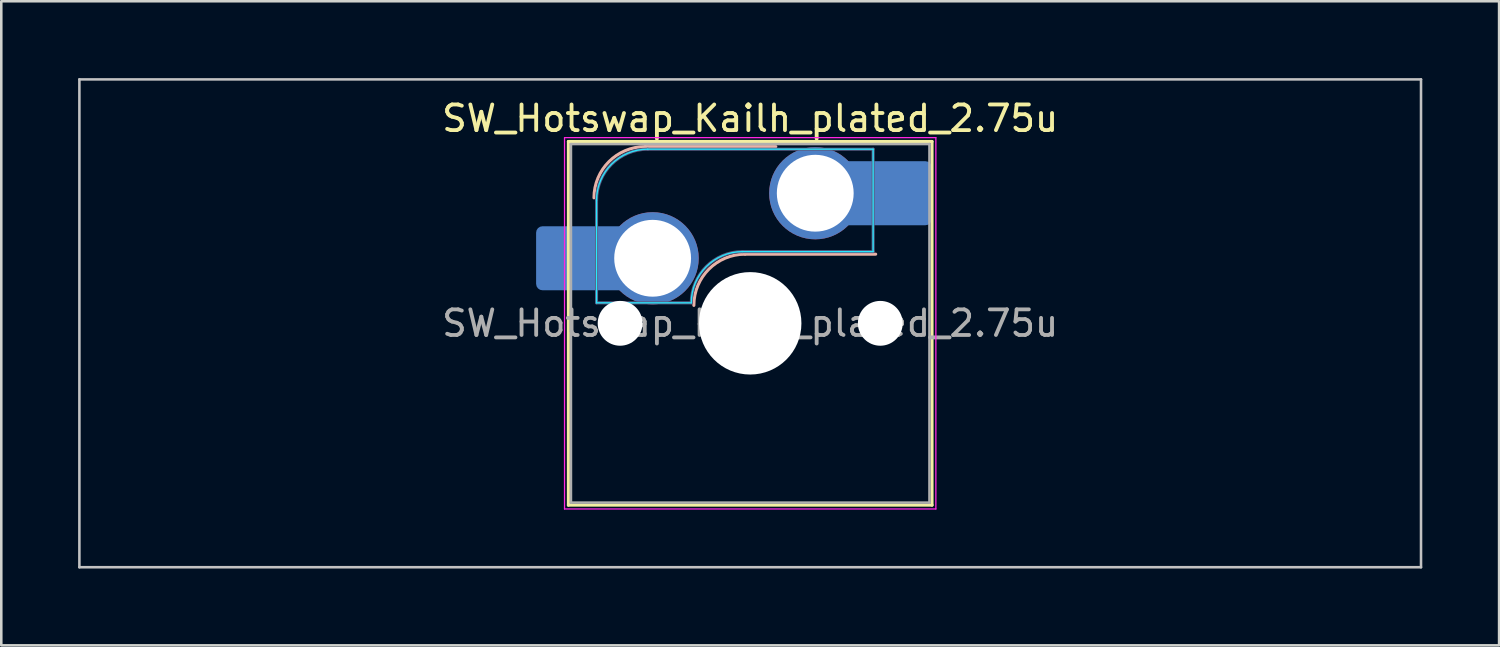
<source format=kicad_pcb>
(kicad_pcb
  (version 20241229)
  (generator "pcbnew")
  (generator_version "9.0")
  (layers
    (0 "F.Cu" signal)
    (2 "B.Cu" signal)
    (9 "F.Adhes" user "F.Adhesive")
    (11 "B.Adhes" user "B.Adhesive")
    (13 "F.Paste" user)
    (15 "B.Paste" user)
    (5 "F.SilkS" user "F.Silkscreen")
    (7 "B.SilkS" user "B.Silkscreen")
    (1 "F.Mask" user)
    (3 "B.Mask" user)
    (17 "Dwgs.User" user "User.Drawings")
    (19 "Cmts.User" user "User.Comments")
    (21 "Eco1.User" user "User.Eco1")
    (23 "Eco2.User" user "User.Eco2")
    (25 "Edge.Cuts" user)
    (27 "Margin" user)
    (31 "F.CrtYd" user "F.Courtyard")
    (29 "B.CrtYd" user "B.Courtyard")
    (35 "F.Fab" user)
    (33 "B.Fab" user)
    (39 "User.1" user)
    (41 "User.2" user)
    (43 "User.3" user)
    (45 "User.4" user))
  (footprint "SW_Hotswap_Kailh_plated_2.75u"
    (layer "F.Cu")
    (at 26.244 9.575)
    (property "Reference" "SW_Hotswap_Kailh_plated_2.75u" (at 0 -8 0) (layer "F.SilkS") (effects (font (size 1 1) (thickness 0.15))))
    (attr smd)
    (fp_line (start -7.1 -7.1) (end -7.1 7.1) (stroke (width 0.12) (type solid)) (layer "F.SilkS"))
    (fp_line (start -7.1 7.1) (end 7.1 7.1) (stroke (width 0.12) (type solid)) (layer "F.SilkS"))
    (fp_line (start 7.1 -7.1) (end -7.1 -7.1) (stroke (width 0.12) (type solid)) (layer "F.SilkS"))
    (fp_line (start 7.1 7.1) (end 7.1 -7.1) (stroke (width 0.12) (type solid)) (layer "F.SilkS"))
    (fp_line (start -4.1 -6.9) (end 1 -6.9) (stroke (width 0.12) (type solid)) (layer "B.SilkS"))
    (fp_line (start -0.2 -2.7) (end 4.9 -2.7) (stroke (width 0.12) (type solid)) (layer "B.SilkS"))
    (fp_arc (start -6.1 -4.9) (mid -5.514214 -6.314214) (end -4.1 -6.9) (stroke (width 0.12) (type solid)) (layer "B.SilkS"))
    (fp_arc (start -2.2 -0.7) (mid -1.614214 -2.114214) (end -0.2 -2.7) (stroke (width 0.12) (type solid)) (layer "B.SilkS"))
    (fp_line (start -26.194 -9.525) (end -26.194 9.525) (stroke (width 0.1) (type solid)) (layer "Dwgs.User"))
    (fp_line (start -26.194 9.525) (end 26.194 9.525) (stroke (width 0.1) (type solid)) (layer "Dwgs.User"))
    (fp_line (start 26.194 -9.525) (end -26.194 -9.525) (stroke (width 0.1) (type solid)) (layer "Dwgs.User"))
    (fp_line (start 26.194 9.525) (end 26.194 -9.525) (stroke (width 0.1) (type solid)) (layer "Dwgs.User"))
    (fp_line (start -7.8 -6) (end -7 -6) (stroke (width 0.1) (type solid)) (layer "Eco1.User"))
    (fp_line (start -7.8 -2.9) (end -7.8 -6) (stroke (width 0.1) (type solid)) (layer "Eco1.User"))
    (fp_line (start -7.8 2.9) (end -7 2.9) (stroke (width 0.1) (type solid)) (layer "Eco1.User"))
    (fp_line (start -7.8 6) (end -7.8 2.9) (stroke (width 0.1) (type solid)) (layer "Eco1.User"))
    (fp_line (start -7 -7) (end 7 -7) (stroke (width 0.1) (type solid)) (layer "Eco1.User"))
    (fp_line (start -7 -6) (end -7 -7) (stroke (width 0.1) (type solid)) (layer "Eco1.User"))
    (fp_line (start -7 -2.9) (end -7.8 -2.9) (stroke (width 0.1) (type solid)) (layer "Eco1.User"))
    (fp_line (start -7 2.9) (end -7 -2.9) (stroke (width 0.1) (type solid)) (layer "Eco1.User"))
    (fp_line (start -7 6) (end -7.8 6) (stroke (width 0.1) (type solid)) (layer "Eco1.User"))
    (fp_line (start -7 7) (end -7 6) (stroke (width 0.1) (type solid)) (layer "Eco1.User"))
    (fp_line (start 7 -7) (end 7 -6) (stroke (width 0.1) (type solid)) (layer "Eco1.User"))
    (fp_line (start 7 -6) (end 7.8 -6) (stroke (width 0.1) (type solid)) (layer "Eco1.User"))
    (fp_line (start 7 -2.9) (end 7 2.9) (stroke (width 0.1) (type solid)) (layer "Eco1.User"))
    (fp_line (start 7 2.9) (end 7.8 2.9) (stroke (width 0.1) (type solid)) (layer "Eco1.User"))
    (fp_line (start 7 6) (end 7 7) (stroke (width 0.1) (type solid)) (layer "Eco1.User"))
    (fp_line (start 7 7) (end -7 7) (stroke (width 0.1) (type solid)) (layer "Eco1.User"))
    (fp_line (start 7.8 -6) (end 7.8 -2.9) (stroke (width 0.1) (type solid)) (layer "Eco1.User"))
    (fp_line (start 7.8 -2.9) (end 7 -2.9) (stroke (width 0.1) (type solid)) (layer "Eco1.User"))
    (fp_line (start 7.8 2.9) (end 7.8 6) (stroke (width 0.1) (type solid)) (layer "Eco1.User"))
    (fp_line (start 7.8 6) (end 7 6) (stroke (width 0.1) (type solid)) (layer "Eco1.User"))
    (fp_line (start -6 -0.8) (end -6 -4.8) (stroke (width 0.05) (type solid)) (layer "B.CrtYd"))
    (fp_line (start -6 -0.8) (end -2.3 -0.8) (stroke (width 0.05) (type solid)) (layer "B.CrtYd"))
    (fp_line (start -4 -6.8) (end 4.8 -6.8) (stroke (width 0.05) (type solid)) (layer "B.CrtYd"))
    (fp_line (start -0.3 -2.8) (end 4.8 -2.8) (stroke (width 0.05) (type solid)) (layer "B.CrtYd"))
    (fp_line (start 4.8 -6.8) (end 4.8 -2.8) (stroke (width 0.05) (type solid)) (layer "B.CrtYd"))
    (fp_arc (start -6 -4.8) (mid -5.414214 -6.214214) (end -4 -6.8) (stroke (width 0.05) (type solid)) (layer "B.CrtYd"))
    (fp_arc (start -2.3 -0.8) (mid -1.714214 -2.214214) (end -0.3 -2.8) (stroke (width 0.05) (type solid)) (layer "B.CrtYd"))
    (fp_line (start -7.25 -7.25) (end -7.25 7.25) (stroke (width 0.05) (type solid)) (layer "F.CrtYd"))
    (fp_line (start -7.25 7.25) (end 7.25 7.25) (stroke (width 0.05) (type solid)) (layer "F.CrtYd"))
    (fp_line (start 7.25 -7.25) (end -7.25 -7.25) (stroke (width 0.05) (type solid)) (layer "F.CrtYd"))
    (fp_line (start 7.25 7.25) (end 7.25 -7.25) (stroke (width 0.05) (type solid)) (layer "F.CrtYd"))
    (fp_line (start -6 -0.8) (end -6 -4.8) (stroke (width 0.12) (type solid)) (layer "B.Fab"))
    (fp_line (start -6 -0.8) (end -2.3 -0.8) (stroke (width 0.12) (type solid)) (layer "B.Fab"))
    (fp_line (start -4 -6.8) (end 4.8 -6.8) (stroke (width 0.12) (type solid)) (layer "B.Fab"))
    (fp_line (start -0.3 -2.8) (end 4.8 -2.8) (stroke (width 0.12) (type solid)) (layer "B.Fab"))
    (fp_line (start 4.8 -6.8) (end 4.8 -2.8) (stroke (width 0.12) (type solid)) (layer "B.Fab"))
    (fp_arc (start -6 -4.8) (mid -5.414214 -6.214214) (end -4 -6.8) (stroke (width 0.12) (type solid)) (layer "B.Fab"))
    (fp_arc (start -2.3 -0.8) (mid -1.714214 -2.214214) (end -0.3 -2.8) (stroke (width 0.12) (type solid)) (layer "B.Fab"))
    (fp_line (start -7 -7) (end -7 7) (stroke (width 0.1) (type solid)) (layer "F.Fab"))
    (fp_line (start -7 7) (end 7 7) (stroke (width 0.1) (type solid)) (layer "F.Fab"))
    (fp_line (start 7 -7) (end -7 -7) (stroke (width 0.1) (type solid)) (layer "F.Fab"))
    (fp_line (start 7 7) (end 7 -7) (stroke (width 0.1) (type solid)) (layer "F.Fab"))
    (fp_text user "${REFERENCE}" (at 0 0 0) (layer "F.Fab") (effects (font (size 1 1) (thickness 0.15))))
    (pad "" smd roundrect (at -7.085 -2.54) (size 2.55 2.5) (layers "B.Mask" "B.Paste") (roundrect_rratio 0.1))
    (pad "" np_thru_hole circle (at -5.08 0) (size 1.75 1.75) (drill 1.75) (layers "*.Cu" "*.Mask"))
    (pad "" np_thru_hole circle (at 0 0) (size 4 4) (drill 4) (layers "*.Cu" "*.Mask"))
    (pad "" np_thru_hole circle (at 5.08 0) (size 1.75 1.75) (drill 1.75) (layers "*.Cu" "*.Mask"))
    (pad "" smd roundrect (at 5.842 -5.08) (size 2.55 2.5) (layers "B.Mask" "B.Paste") (roundrect_rratio 0.1))
    (pad "1" smd roundrect (at -6.585 -2.54) (size 3.55 2.5) (layers "B.Cu") (roundrect_rratio 0.1))
    (pad "1" thru_hole circle (at -3.81 -2.54) (size 3.6 3.6) (drill 3) (layers "*.Cu" "B.Mask"))
    (pad "2" thru_hole circle (at 2.54 -5.08) (size 3.6 3.6) (drill 3) (layers "*.Cu" "B.Mask"))
    (pad "2" smd roundrect (at 5.32 -5.08) (size 3.55 2.5) (layers "B.Cu") (roundrect_rratio 0.1)))
  (gr_rect
    (start -3 -3)
    (end 55.487 22.15)
    (stroke (width 0.1) (type default))
    (fill no)
    (layer "Edge.Cuts")))
</source>
